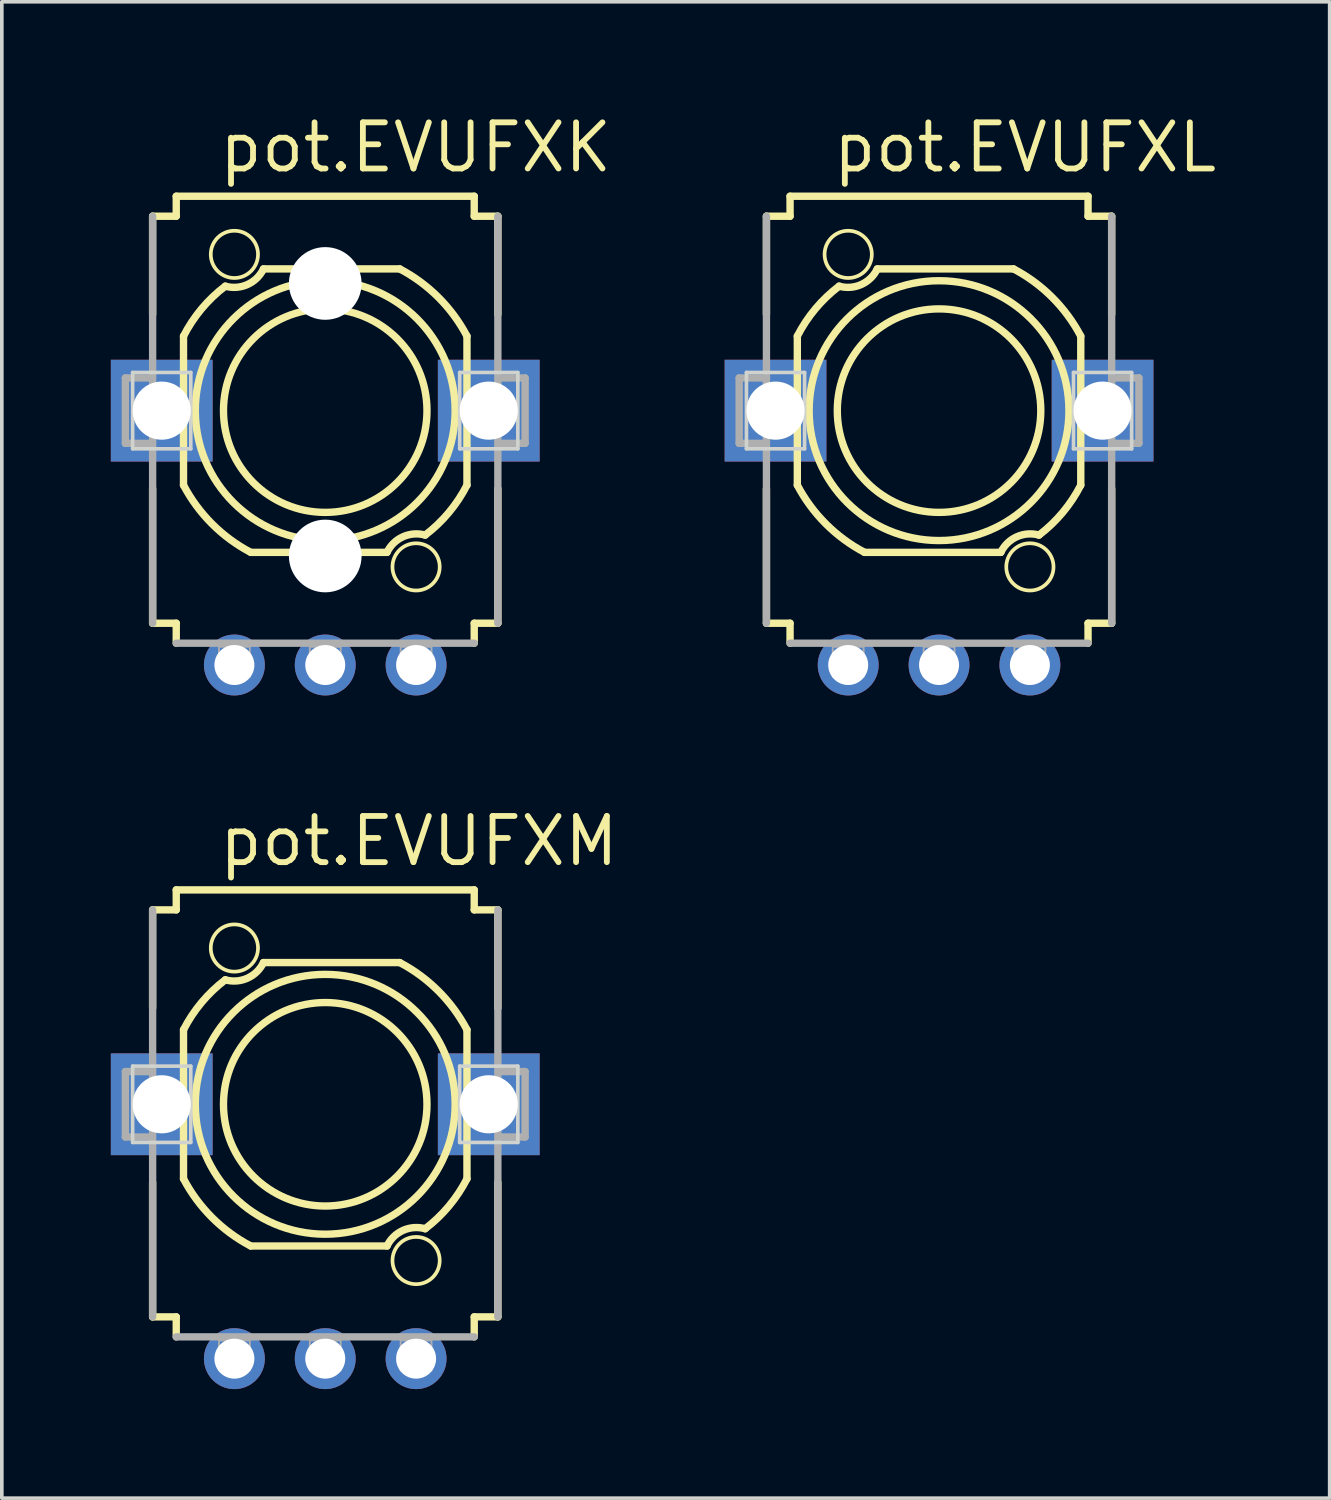
<source format=kicad_pcb>
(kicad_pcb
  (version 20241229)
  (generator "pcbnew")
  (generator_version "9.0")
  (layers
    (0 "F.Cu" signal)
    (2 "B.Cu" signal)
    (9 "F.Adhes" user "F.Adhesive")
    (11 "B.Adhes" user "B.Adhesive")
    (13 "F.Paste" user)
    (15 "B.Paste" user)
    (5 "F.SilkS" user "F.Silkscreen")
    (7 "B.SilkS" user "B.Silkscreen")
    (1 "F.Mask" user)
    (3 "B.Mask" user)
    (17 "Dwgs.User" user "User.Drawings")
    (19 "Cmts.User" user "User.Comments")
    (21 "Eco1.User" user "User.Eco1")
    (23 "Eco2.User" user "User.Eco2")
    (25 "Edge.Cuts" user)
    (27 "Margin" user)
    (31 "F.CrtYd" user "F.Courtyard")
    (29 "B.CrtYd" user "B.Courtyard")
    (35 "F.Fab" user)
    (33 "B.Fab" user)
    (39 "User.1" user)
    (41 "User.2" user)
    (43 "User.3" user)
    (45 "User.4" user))
  (footprint "pot.EVUFXK"
    (layer "F.Cu")
    (at 5.9 8.25)
    (property "Reference" "pot.EVUFXK" (at -3 -6.5 0) (layer "F.SilkS") (effects (font (size 1.27 1.27) (thickness 0.16)) (justify left bottom)))
    (attr through_hole)
    (fp_line (start -4.75 -2.65) (end -4.75 -5.35) (stroke (width 0.203) (type default)) (layer "F.SilkS"))
    (fp_line (start -4.75 5.85) (end -4.75 2.15) (stroke (width 0.203) (type default)) (layer "F.SilkS"))
    (fp_line (start -4.75 5.85) (end -4.1 5.85) (stroke (width 0.203) (type default)) (layer "F.SilkS"))
    (fp_line (start -4.1 -5.9) (end -4.1 -5.35) (stroke (width 0.203) (type default)) (layer "F.SilkS"))
    (fp_line (start -4.1 -5.9) (end 4.1 -5.9) (stroke (width 0.203) (type default)) (layer "F.SilkS"))
    (fp_line (start -4.1 -5.35) (end -4.75 -5.35) (stroke (width 0.203) (type default)) (layer "F.SilkS"))
    (fp_line (start -4.1 5.85) (end -4.1 6.4) (stroke (width 0.203) (type default)) (layer "F.SilkS"))
    (fp_line (start -3.9 -2.05) (end -3.9 2.05) (stroke (width 0.203) (type default)) (layer "F.SilkS"))
    (fp_line (start -1.7 -3.9) (end 2.05 -3.9) (stroke (width 0.203) (type default)) (layer "F.SilkS"))
    (fp_line (start 1.7 3.9) (end -2.05 3.9) (stroke (width 0.203) (type default)) (layer "F.SilkS"))
    (fp_line (start 3.9 2.05) (end 3.9 -2.05) (stroke (width 0.203) (type default)) (layer "F.SilkS"))
    (fp_line (start 4.1 -5.35) (end 4.1 -5.9) (stroke (width 0.203) (type default)) (layer "F.SilkS"))
    (fp_line (start 4.1 5.85) (end 4.75 5.85) (stroke (width 0.203) (type default)) (layer "F.SilkS"))
    (fp_line (start 4.1 6.4) (end 4.1 5.85) (stroke (width 0.203) (type default)) (layer "F.SilkS"))
    (fp_line (start 4.75 -5.35) (end 4.1 -5.35) (stroke (width 0.203) (type default)) (layer "F.SilkS"))
    (fp_line (start 4.75 -5.35) (end 4.75 -2.65) (stroke (width 0.203) (type default)) (layer "F.SilkS"))
    (fp_line (start 4.75 2.15) (end 4.75 5.85) (stroke (width 0.203) (type default)) (layer "F.SilkS"))
    (fp_arc (start -3.9 -2.05) (mid -3.402413 -2.802246) (end -2.75 -3.425) (stroke (width 0.2032) (type default)) (layer "F.SilkS"))
    (fp_arc (start -2.05 3.9) (mid -3.115486 3.115486) (end -3.9 2.05) (stroke (width 0.2032) (type default)) (layer "F.SilkS"))
    (fp_arc (start -1.7 -3.9) (mid -2.138486 -3.471259) (end -2.75 -3.425) (stroke (width 0.2032) (type default)) (layer "F.SilkS"))
    (fp_arc (start 1.7 3.9) (mid 2.138486 3.471259) (end 2.75 3.425) (stroke (width 0.2032) (type default)) (layer "F.SilkS"))
    (fp_arc (start 2.05 -3.9) (mid 3.115486 -3.115486) (end 3.9 -2.05) (stroke (width 0.2032) (type default)) (layer "F.SilkS"))
    (fp_arc (start 3.9 2.05) (mid 3.402413 2.802246) (end 2.75 3.425) (stroke (width 0.2032) (type default)) (layer "F.SilkS"))
    (fp_circle (center -2.5 -4.3) (end -1.85 -4.3) (stroke (width 0.102) (type default)) (fill no) (layer "F.SilkS"))
    (fp_circle (center 0 0) (end 2.8 0) (stroke (width 0.203) (type default)) (fill no) (layer "F.SilkS"))
    (fp_circle (center 0 0) (end 3.575 0) (stroke (width 0.203) (type default)) (fill no) (layer "F.SilkS"))
    (fp_circle (center 2.5 4.3) (end 3.15 4.3) (stroke (width 0.102) (type default)) (fill no) (layer "F.SilkS"))
    (fp_line (start -5.3 1.05) (end -5.3 -1.05) (stroke (width 0.1) (type default)) (layer "Edge.Cuts"))
    (fp_line (start -3.7 -1.05) (end -5.3 -1.05) (stroke (width 0.1) (type default)) (layer "Edge.Cuts"))
    (fp_line (start -3.7 -1.05) (end -3.7 1.05) (stroke (width 0.1) (type default)) (layer "Edge.Cuts"))
    (fp_line (start -3.7 1.05) (end -5.3 1.05) (stroke (width 0.1) (type default)) (layer "Edge.Cuts"))
    (fp_line (start 3.7 1.05) (end 3.7 -1.05) (stroke (width 0.1) (type default)) (layer "Edge.Cuts"))
    (fp_line (start 5.3 -1.05) (end 3.7 -1.05) (stroke (width 0.1) (type default)) (layer "Edge.Cuts"))
    (fp_line (start 5.3 -1.05) (end 5.3 1.05) (stroke (width 0.1) (type default)) (layer "Edge.Cuts"))
    (fp_line (start 5.3 1.05) (end 3.7 1.05) (stroke (width 0.1) (type default)) (layer "Edge.Cuts"))
    (fp_line (start -5.5 -0.9) (end -5.5 0.9) (stroke (width 0.203) (type default)) (layer "F.Fab"))
    (fp_line (start -5.5 0.9) (end -4.85 0.9) (stroke (width 0.203) (type default)) (layer "F.Fab"))
    (fp_line (start -4.85 -0.9) (end -5.5 -0.9) (stroke (width 0.203) (type default)) (layer "F.Fab"))
    (fp_line (start -4.75 5.85) (end -4.75 -5.35) (stroke (width 0.203) (type default)) (layer "F.Fab"))
    (fp_line (start 4.1 6.4) (end -4.1 6.4) (stroke (width 0.203) (type default)) (layer "F.Fab"))
    (fp_line (start 4.75 -5.35) (end 4.75 5.85) (stroke (width 0.203) (type default)) (layer "F.Fab"))
    (fp_line (start 4.85 0.9) (end 5.5 0.9) (stroke (width 0.203) (type default)) (layer "F.Fab"))
    (fp_line (start 5.5 -0.9) (end 4.85 -0.9) (stroke (width 0.203) (type default)) (layer "F.Fab"))
    (fp_line (start 5.5 0.9) (end 5.5 -0.9) (stroke (width 0.203) (type default)) (layer "F.Fab"))
    (fp_rect (start -2.925 7.325) (end -2.075 6.5) (stroke (width 0.05) (type default)) (fill no) (layer "F.Fab"))
    (fp_rect (start -0.425 7.325) (end 0.425 6.5) (stroke (width 0.05) (type default)) (fill no) (layer "F.Fab"))
    (fp_rect (start 2.075 7.325) (end 2.925 6.5) (stroke (width 0.05) (type default)) (fill no) (layer "F.Fab"))
    (pad "" np_thru_hole circle (at 0 -3.5) (size 2 2) (drill 2) (layers "*.Cu" "*.Mask"))
    (pad "" np_thru_hole circle (at 0 4) (size 2 2) (drill 2) (layers "*.Cu" "*.Mask"))
    (pad "1" thru_hole circle (at -2.5 7 270) (size 1.676 1.676) (drill 1.1) (layers "*.Cu" "*.Mask"))
    (pad "2" thru_hole circle (at 0 7 270) (size 1.676 1.676) (drill 1.1) (layers "*.Cu" "*.Mask"))
    (pad "3" thru_hole circle (at 2.5 7 270) (size 1.676 1.676) (drill 1.1) (layers "*.Cu" "*.Mask"))
    (pad "M1" thru_hole rect (at 4.5 0 270) (size 2.8 2.8) (drill 1.6) (layers "*.Cu" "*.Mask"))
    (pad "M2" thru_hole rect (at -4.5 0 270) (size 2.8 2.8) (drill 1.6) (layers "*.Cu" "*.Mask")))
  (footprint "pot.EVUFXL"
    (layer "F.Cu")
    (at 22.791 8.25)
    (property "Reference" "pot.EVUFXL" (at -3 -6.5 0) (layer "F.SilkS") (effects (font (size 1.27 1.27) (thickness 0.16)) (justify left bottom)))
    (attr through_hole)
    (fp_line (start -4.75 -2.65) (end -4.75 -5.35) (stroke (width 0.203) (type default)) (layer "F.SilkS"))
    (fp_line (start -4.75 5.85) (end -4.75 2.15) (stroke (width 0.203) (type default)) (layer "F.SilkS"))
    (fp_line (start -4.75 5.85) (end -4.1 5.85) (stroke (width 0.203) (type default)) (layer "F.SilkS"))
    (fp_line (start -4.1 -5.9) (end -4.1 -5.35) (stroke (width 0.203) (type default)) (layer "F.SilkS"))
    (fp_line (start -4.1 -5.9) (end 4.1 -5.9) (stroke (width 0.203) (type default)) (layer "F.SilkS"))
    (fp_line (start -4.1 -5.35) (end -4.75 -5.35) (stroke (width 0.203) (type default)) (layer "F.SilkS"))
    (fp_line (start -4.1 5.85) (end -4.1 6.4) (stroke (width 0.203) (type default)) (layer "F.SilkS"))
    (fp_line (start -3.9 -2.05) (end -3.9 2.05) (stroke (width 0.203) (type default)) (layer "F.SilkS"))
    (fp_line (start -1.7 -3.9) (end 2.05 -3.9) (stroke (width 0.203) (type default)) (layer "F.SilkS"))
    (fp_line (start 1.7 3.9) (end -2.05 3.9) (stroke (width 0.203) (type default)) (layer "F.SilkS"))
    (fp_line (start 3.9 2.05) (end 3.9 -2.05) (stroke (width 0.203) (type default)) (layer "F.SilkS"))
    (fp_line (start 4.1 -5.35) (end 4.1 -5.9) (stroke (width 0.203) (type default)) (layer "F.SilkS"))
    (fp_line (start 4.1 5.85) (end 4.75 5.85) (stroke (width 0.203) (type default)) (layer "F.SilkS"))
    (fp_line (start 4.1 6.4) (end 4.1 5.85) (stroke (width 0.203) (type default)) (layer "F.SilkS"))
    (fp_line (start 4.75 -5.35) (end 4.1 -5.35) (stroke (width 0.203) (type default)) (layer "F.SilkS"))
    (fp_line (start 4.75 -5.35) (end 4.75 -2.65) (stroke (width 0.203) (type default)) (layer "F.SilkS"))
    (fp_line (start 4.75 2.15) (end 4.75 5.85) (stroke (width 0.203) (type default)) (layer "F.SilkS"))
    (fp_arc (start -3.9 -2.05) (mid -3.402413 -2.802246) (end -2.75 -3.425) (stroke (width 0.2032) (type default)) (layer "F.SilkS"))
    (fp_arc (start -2.05 3.9) (mid -3.115486 3.115486) (end -3.9 2.05) (stroke (width 0.2032) (type default)) (layer "F.SilkS"))
    (fp_arc (start -1.7 -3.9) (mid -2.138486 -3.471259) (end -2.75 -3.425) (stroke (width 0.2032) (type default)) (layer "F.SilkS"))
    (fp_arc (start 1.7 3.9) (mid 2.138486 3.471259) (end 2.75 3.425) (stroke (width 0.2032) (type default)) (layer "F.SilkS"))
    (fp_arc (start 2.05 -3.9) (mid 3.115486 -3.115486) (end 3.9 -2.05) (stroke (width 0.2032) (type default)) (layer "F.SilkS"))
    (fp_arc (start 3.9 2.05) (mid 3.402413 2.802246) (end 2.75 3.425) (stroke (width 0.2032) (type default)) (layer "F.SilkS"))
    (fp_circle (center -2.5 -4.3) (end -1.85 -4.3) (stroke (width 0.102) (type default)) (fill no) (layer "F.SilkS"))
    (fp_circle (center 0 0) (end 2.8 0) (stroke (width 0.203) (type default)) (fill no) (layer "F.SilkS"))
    (fp_circle (center 0 0) (end 3.575 0) (stroke (width 0.203) (type default)) (fill no) (layer "F.SilkS"))
    (fp_circle (center 2.5 4.3) (end 3.15 4.3) (stroke (width 0.102) (type default)) (fill no) (layer "F.SilkS"))
    (fp_line (start -5.3 1.05) (end -5.3 -1.05) (stroke (width 0.1) (type default)) (layer "Edge.Cuts"))
    (fp_line (start -3.7 -1.05) (end -5.3 -1.05) (stroke (width 0.1) (type default)) (layer "Edge.Cuts"))
    (fp_line (start -3.7 -1.05) (end -3.7 1.05) (stroke (width 0.1) (type default)) (layer "Edge.Cuts"))
    (fp_line (start -3.7 1.05) (end -5.3 1.05) (stroke (width 0.1) (type default)) (layer "Edge.Cuts"))
    (fp_line (start 3.7 1.05) (end 3.7 -1.05) (stroke (width 0.1) (type default)) (layer "Edge.Cuts"))
    (fp_line (start 5.3 -1.05) (end 3.7 -1.05) (stroke (width 0.1) (type default)) (layer "Edge.Cuts"))
    (fp_line (start 5.3 -1.05) (end 5.3 1.05) (stroke (width 0.1) (type default)) (layer "Edge.Cuts"))
    (fp_line (start 5.3 1.05) (end 3.7 1.05) (stroke (width 0.1) (type default)) (layer "Edge.Cuts"))
    (fp_line (start -5.5 -0.9) (end -5.5 0.9) (stroke (width 0.203) (type default)) (layer "F.Fab"))
    (fp_line (start -5.5 0.9) (end -4.85 0.9) (stroke (width 0.203) (type default)) (layer "F.Fab"))
    (fp_line (start -4.85 -0.9) (end -5.5 -0.9) (stroke (width 0.203) (type default)) (layer "F.Fab"))
    (fp_line (start -4.75 5.85) (end -4.75 -5.35) (stroke (width 0.203) (type default)) (layer "F.Fab"))
    (fp_line (start 4.1 6.4) (end -4.1 6.4) (stroke (width 0.203) (type default)) (layer "F.Fab"))
    (fp_line (start 4.75 -5.35) (end 4.75 5.85) (stroke (width 0.203) (type default)) (layer "F.Fab"))
    (fp_line (start 4.85 0.9) (end 5.5 0.9) (stroke (width 0.203) (type default)) (layer "F.Fab"))
    (fp_line (start 5.5 -0.9) (end 4.85 -0.9) (stroke (width 0.203) (type default)) (layer "F.Fab"))
    (fp_line (start 5.5 0.9) (end 5.5 -0.9) (stroke (width 0.203) (type default)) (layer "F.Fab"))
    (fp_rect (start -2.925 7.325) (end -2.075 6.5) (stroke (width 0.05) (type default)) (fill no) (layer "F.Fab"))
    (fp_rect (start -0.425 7.325) (end 0.425 6.5) (stroke (width 0.05) (type default)) (fill no) (layer "F.Fab"))
    (fp_rect (start 2.075 7.325) (end 2.925 6.5) (stroke (width 0.05) (type default)) (fill no) (layer "F.Fab"))
    (pad "1" thru_hole circle (at -2.5 7 270) (size 1.676 1.676) (drill 1.1) (layers "*.Cu" "*.Mask"))
    (pad "2" thru_hole circle (at 0 7 270) (size 1.676 1.676) (drill 1.1) (layers "*.Cu" "*.Mask"))
    (pad "3" thru_hole circle (at 2.5 7 270) (size 1.676 1.676) (drill 1.1) (layers "*.Cu" "*.Mask"))
    (pad "M1" thru_hole rect (at 4.5 0 270) (size 2.8 2.8) (drill 1.6) (layers "*.Cu" "*.Mask"))
    (pad "M2" thru_hole rect (at -4.5 0 270) (size 2.8 2.8) (drill 1.6) (layers "*.Cu" "*.Mask")))
  (footprint "pot.EVUFXM"
    (layer "F.Cu")
    (at 5.9 27.338)
    (property "Reference" "pot.EVUFXM" (at -3 -6.5 0) (layer "F.SilkS") (effects (font (size 1.27 1.27) (thickness 0.16)) (justify left bottom)))
    (attr through_hole)
    (fp_line (start -4.75 -2.65) (end -4.75 -5.35) (stroke (width 0.203) (type default)) (layer "F.SilkS"))
    (fp_line (start -4.75 5.85) (end -4.75 2.15) (stroke (width 0.203) (type default)) (layer "F.SilkS"))
    (fp_line (start -4.75 5.85) (end -4.1 5.85) (stroke (width 0.203) (type default)) (layer "F.SilkS"))
    (fp_line (start -4.1 -5.9) (end -4.1 -5.35) (stroke (width 0.203) (type default)) (layer "F.SilkS"))
    (fp_line (start -4.1 -5.9) (end 4.1 -5.9) (stroke (width 0.203) (type default)) (layer "F.SilkS"))
    (fp_line (start -4.1 -5.35) (end -4.75 -5.35) (stroke (width 0.203) (type default)) (layer "F.SilkS"))
    (fp_line (start -4.1 5.85) (end -4.1 6.4) (stroke (width 0.203) (type default)) (layer "F.SilkS"))
    (fp_line (start -3.9 -2.05) (end -3.9 2.05) (stroke (width 0.203) (type default)) (layer "F.SilkS"))
    (fp_line (start -1.7 -3.9) (end 2.05 -3.9) (stroke (width 0.203) (type default)) (layer "F.SilkS"))
    (fp_line (start 1.7 3.9) (end -2.05 3.9) (stroke (width 0.203) (type default)) (layer "F.SilkS"))
    (fp_line (start 3.9 2.05) (end 3.9 -2.05) (stroke (width 0.203) (type default)) (layer "F.SilkS"))
    (fp_line (start 4.1 -5.35) (end 4.1 -5.9) (stroke (width 0.203) (type default)) (layer "F.SilkS"))
    (fp_line (start 4.1 5.85) (end 4.75 5.85) (stroke (width 0.203) (type default)) (layer "F.SilkS"))
    (fp_line (start 4.1 6.4) (end 4.1 5.85) (stroke (width 0.203) (type default)) (layer "F.SilkS"))
    (fp_line (start 4.75 -5.35) (end 4.1 -5.35) (stroke (width 0.203) (type default)) (layer "F.SilkS"))
    (fp_line (start 4.75 -5.35) (end 4.75 -2.65) (stroke (width 0.203) (type default)) (layer "F.SilkS"))
    (fp_line (start 4.75 2.15) (end 4.75 5.85) (stroke (width 0.203) (type default)) (layer "F.SilkS"))
    (fp_arc (start -3.9 -2.05) (mid -3.402413 -2.802246) (end -2.75 -3.425) (stroke (width 0.2032) (type default)) (layer "F.SilkS"))
    (fp_arc (start -2.05 3.9) (mid -3.115486 3.115486) (end -3.9 2.05) (stroke (width 0.2032) (type default)) (layer "F.SilkS"))
    (fp_arc (start -1.7 -3.9) (mid -2.138486 -3.471259) (end -2.75 -3.425) (stroke (width 0.2032) (type default)) (layer "F.SilkS"))
    (fp_arc (start 1.7 3.9) (mid 2.138486 3.471259) (end 2.75 3.425) (stroke (width 0.2032) (type default)) (layer "F.SilkS"))
    (fp_arc (start 2.05 -3.9) (mid 3.115486 -3.115486) (end 3.9 -2.05) (stroke (width 0.2032) (type default)) (layer "F.SilkS"))
    (fp_arc (start 3.9 2.05) (mid 3.402413 2.802246) (end 2.75 3.425) (stroke (width 0.2032) (type default)) (layer "F.SilkS"))
    (fp_circle (center -2.5 -4.3) (end -1.85 -4.3) (stroke (width 0.102) (type default)) (fill no) (layer "F.SilkS"))
    (fp_circle (center 0 0) (end 2.8 0) (stroke (width 0.203) (type default)) (fill no) (layer "F.SilkS"))
    (fp_circle (center 0 0) (end 3.575 0) (stroke (width 0.203) (type default)) (fill no) (layer "F.SilkS"))
    (fp_circle (center 2.5 4.3) (end 3.15 4.3) (stroke (width 0.102) (type default)) (fill no) (layer "F.SilkS"))
    (fp_line (start -5.3 1.05) (end -5.3 -1.05) (stroke (width 0.1) (type default)) (layer "Edge.Cuts"))
    (fp_line (start -3.7 -1.05) (end -5.3 -1.05) (stroke (width 0.1) (type default)) (layer "Edge.Cuts"))
    (fp_line (start -3.7 -1.05) (end -3.7 1.05) (stroke (width 0.1) (type default)) (layer "Edge.Cuts"))
    (fp_line (start -3.7 1.05) (end -5.3 1.05) (stroke (width 0.1) (type default)) (layer "Edge.Cuts"))
    (fp_line (start 3.7 1.05) (end 3.7 -1.05) (stroke (width 0.1) (type default)) (layer "Edge.Cuts"))
    (fp_line (start 5.3 -1.05) (end 3.7 -1.05) (stroke (width 0.1) (type default)) (layer "Edge.Cuts"))
    (fp_line (start 5.3 -1.05) (end 5.3 1.05) (stroke (width 0.1) (type default)) (layer "Edge.Cuts"))
    (fp_line (start 5.3 1.05) (end 3.7 1.05) (stroke (width 0.1) (type default)) (layer "Edge.Cuts"))
    (fp_line (start -5.5 -0.9) (end -5.5 0.9) (stroke (width 0.203) (type default)) (layer "F.Fab"))
    (fp_line (start -5.5 0.9) (end -4.85 0.9) (stroke (width 0.203) (type default)) (layer "F.Fab"))
    (fp_line (start -4.85 -0.9) (end -5.5 -0.9) (stroke (width 0.203) (type default)) (layer "F.Fab"))
    (fp_line (start -4.75 5.85) (end -4.75 -5.35) (stroke (width 0.203) (type default)) (layer "F.Fab"))
    (fp_line (start 4.1 6.4) (end -4.1 6.4) (stroke (width 0.203) (type default)) (layer "F.Fab"))
    (fp_line (start 4.75 -5.35) (end 4.75 5.85) (stroke (width 0.203) (type default)) (layer "F.Fab"))
    (fp_line (start 4.85 0.9) (end 5.5 0.9) (stroke (width 0.203) (type default)) (layer "F.Fab"))
    (fp_line (start 5.5 -0.9) (end 4.85 -0.9) (stroke (width 0.203) (type default)) (layer "F.Fab"))
    (fp_line (start 5.5 0.9) (end 5.5 -0.9) (stroke (width 0.203) (type default)) (layer "F.Fab"))
    (fp_rect (start -2.925 7.325) (end -2.075 6.5) (stroke (width 0.05) (type default)) (fill no) (layer "F.Fab"))
    (fp_rect (start -0.425 7.325) (end 0.425 6.5) (stroke (width 0.05) (type default)) (fill no) (layer "F.Fab"))
    (fp_rect (start 2.075 7.325) (end 2.925 6.5) (stroke (width 0.05) (type default)) (fill no) (layer "F.Fab"))
    (pad "1" thru_hole circle (at -2.5 7 270) (size 1.676 1.676) (drill 1.1) (layers "*.Cu" "*.Mask"))
    (pad "2" thru_hole circle (at 0 7 270) (size 1.676 1.676) (drill 1.1) (layers "*.Cu" "*.Mask"))
    (pad "3" thru_hole circle (at 2.5 7 270) (size 1.676 1.676) (drill 1.1) (layers "*.Cu" "*.Mask"))
    (pad "M1" thru_hole rect (at 4.5 0 270) (size 2.8 2.8) (drill 1.6) (layers "*.Cu" "*.Mask"))
    (pad "M2" thru_hole rect (at -4.5 0 270) (size 2.8 2.8) (drill 1.6) (layers "*.Cu" "*.Mask")))
  (gr_rect
    (start -3 -3)
    (end 33.54 38.176)
    (stroke (width 0.1) (type default))
    (fill no)
    (layer "Edge.Cuts")))
</source>
